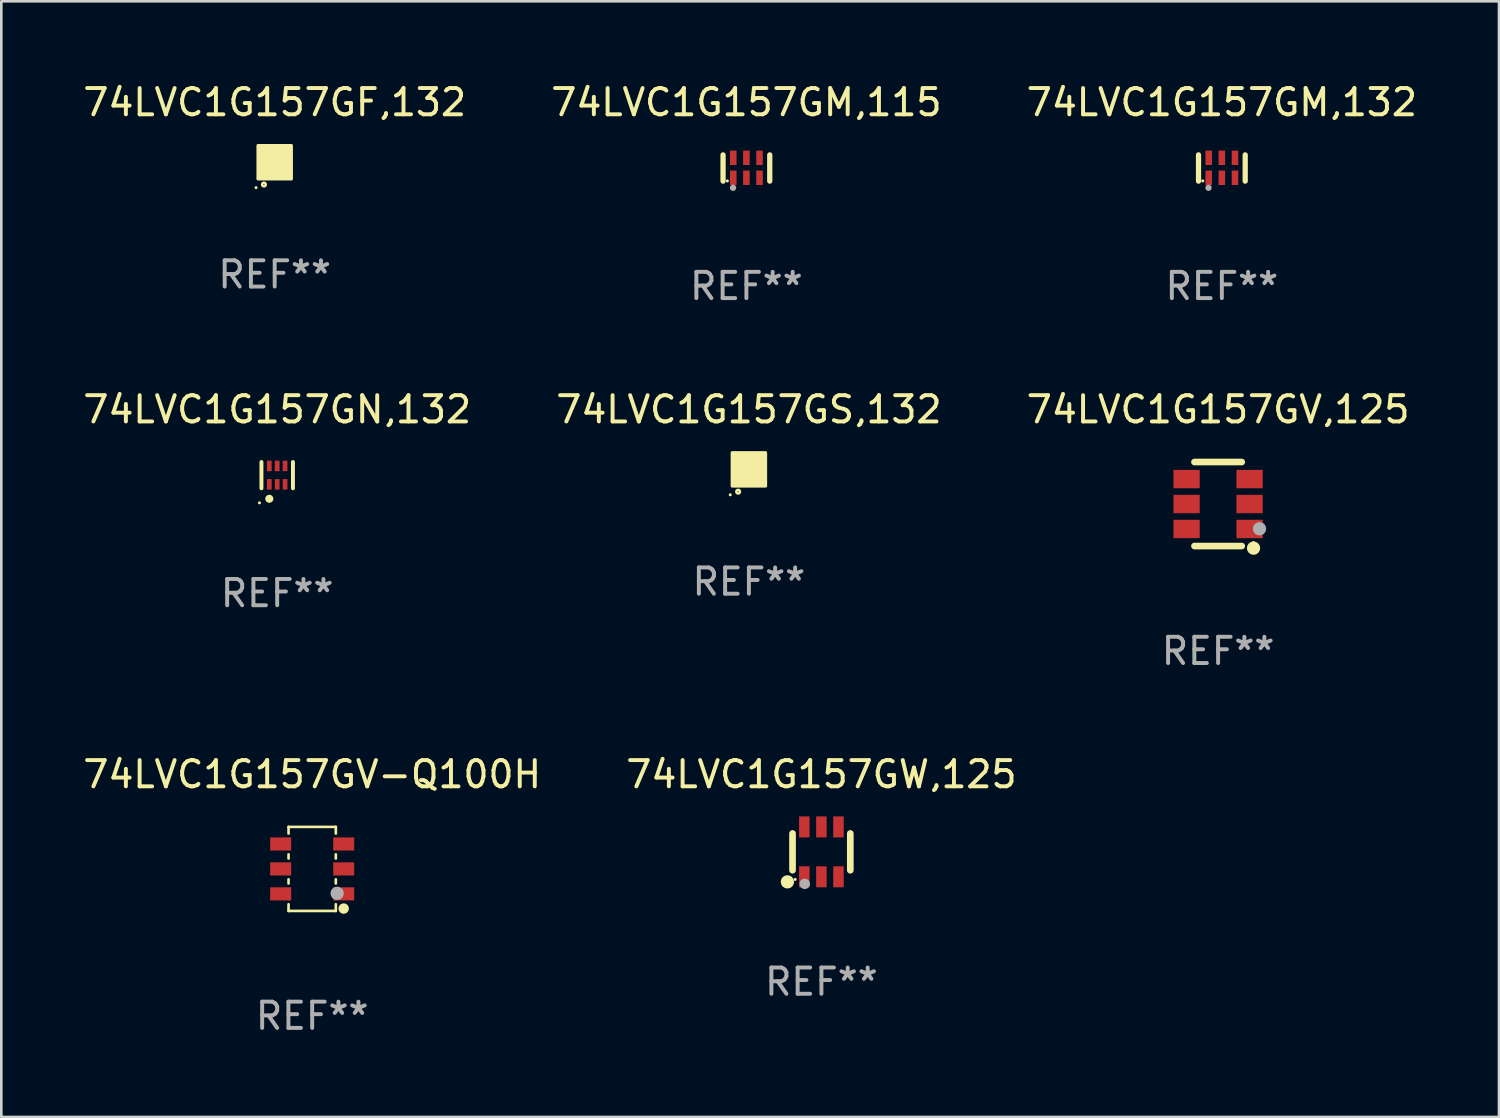
<source format=kicad_pcb>
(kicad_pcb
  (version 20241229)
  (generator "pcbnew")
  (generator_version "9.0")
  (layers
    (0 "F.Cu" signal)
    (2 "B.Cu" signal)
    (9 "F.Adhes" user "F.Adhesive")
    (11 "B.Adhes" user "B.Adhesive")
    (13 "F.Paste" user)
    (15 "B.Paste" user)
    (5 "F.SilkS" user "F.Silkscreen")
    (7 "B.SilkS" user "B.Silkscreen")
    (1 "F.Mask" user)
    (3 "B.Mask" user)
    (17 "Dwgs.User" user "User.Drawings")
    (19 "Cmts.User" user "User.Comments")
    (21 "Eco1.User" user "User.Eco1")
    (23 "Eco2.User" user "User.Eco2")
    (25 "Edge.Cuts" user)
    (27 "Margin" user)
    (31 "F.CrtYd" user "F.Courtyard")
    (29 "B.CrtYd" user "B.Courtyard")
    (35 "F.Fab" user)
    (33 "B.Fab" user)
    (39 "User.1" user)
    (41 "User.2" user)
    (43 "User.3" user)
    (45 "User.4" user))
  (footprint "74LVC1G157GS,132"
    (layer "F.Cu")
    (at 25.47 14.825)
    (property "Reference" "74LVC1G157GS,132" (at 0 -2.28 0) (layer "F.SilkS") (effects (font (size 1 1) (thickness 0.15))))
    (attr through_hole)
    (fp_circle (center -0.71 0.968) (end -0.68 0.968) (stroke (width 0.06) (type solid)) (fill no) (layer "F.SilkS"))
    (fp_circle (center -0.41 0.85) (end -0.342 0.85) (stroke (width 0.1) (type solid)) (fill no) (layer "F.SilkS"))
    (fp_poly (pts (xy -0.635 -0.635) (xy 0.635 -0.635) (xy 0.635 0.635) (xy -0.635 0.635)) (stroke (width 0.12) (type solid)) (fill yes) (layer "F.SilkS"))
    (fp_text user "REF**" (at 0 4.28 0) (layer "F.Fab") (effects (font (size 1 1) (thickness 0.15))))
    (pad "1" smd rect (at -0.35 0.28 90) (size 0.35 0.2) (layers "F.Cu" "F.Mask" "F.Paste"))
    (pad "2" smd rect (at 0 0.28 90) (size 0.35 0.2) (layers "F.Cu" "F.Mask" "F.Paste"))
    (pad "3" smd rect (at 0.35 0.28 90) (size 0.35 0.2) (layers "F.Cu" "F.Mask" "F.Paste"))
    (pad "4" smd rect (at 0.35 -0.28 90) (size 0.35 0.2) (layers "F.Cu" "F.Mask" "F.Paste"))
    (pad "5" smd rect (at 0 -0.28 90) (size 0.35 0.2) (layers "F.Cu" "F.Mask" "F.Paste"))
    (pad "6" smd rect (at -0.35 -0.28 90) (size 0.35 0.2) (layers "F.Cu" "F.Mask" "F.Paste")))
  (footprint "74LVC1G157GW,125"
    (layer "F.Cu")
    (at 28.232 29.391)
    (property "Reference" "74LVC1G157GW,125" (at 0 -2.95 0) (layer "F.SilkS") (effects (font (size 1 1) (thickness 0.15))))
    (attr through_hole)
    (fp_line (start -1.1 -0.7) (end -1.1 0.7) (stroke (width 0.254) (type solid)) (layer "F.SilkS"))
    (fp_line (start 1.1 -0.7) (end 1.1 0.7) (stroke (width 0.254) (type solid)) (layer "F.SilkS"))
    (fp_circle (center -1.295 1.143) (end -1.168 1.143) (stroke (width 0.254) (type solid)) (fill no) (layer "F.SilkS"))
    (fp_circle (center -1 1.05) (end -0.97 1.05) (stroke (width 0.06) (type solid)) (fill no) (layer "F.SilkS"))
    (fp_circle (center -0.635 1.219) (end -0.535 1.219) (stroke (width 0.2) (type solid)) (fill no) (layer "F.Fab"))
    (fp_text user "REF**" (at 0 4.95 0) (layer "F.Fab") (effects (font (size 1 1) (thickness 0.15))))
    (pad "1" smd rect (at -0.65 0.95) (size 0.4 0.8) (layers "F.Cu" "F.Mask" "F.Paste"))
    (pad "2" smd rect (at 0 0.95) (size 0.4 0.8) (layers "F.Cu" "F.Mask" "F.Paste"))
    (pad "3" smd rect (at 0.65 0.95) (size 0.4 0.8) (layers "F.Cu" "F.Mask" "F.Paste"))
    (pad "4" smd rect (at 0.65 -0.95) (size 0.4 0.8) (layers "F.Cu" "F.Mask" "F.Paste"))
    (pad "5" smd rect (at 0 -0.95) (size 0.4 0.8) (layers "F.Cu" "F.Mask" "F.Paste"))
    (pad "6" smd rect (at -0.65 -0.95) (size 0.4 0.8) (layers "F.Cu" "F.Mask" "F.Paste")))
  (footprint "74LVC1G157GV-Q100H"
    (layer "F.Cu")
    (at 8.839 30.041)
    (property "Reference" "74LVC1G157GV-Q100H" (at 0 -3.6 0) (layer "F.SilkS") (effects (font (size 1 1) (thickness 0.15))))
    (attr through_hole)
    (fp_line (start -0.9 -1.6) (end 0.9 -1.6) (stroke (width 0.101) (type solid)) (layer "F.SilkS"))
    (fp_line (start -0.9 -1.346) (end -0.9 -1.6) (stroke (width 0.101) (type solid)) (layer "F.SilkS"))
    (fp_line (start -0.9 -0.396) (end -0.9 -0.554) (stroke (width 0.101) (type solid)) (layer "F.SilkS"))
    (fp_line (start -0.9 0.554) (end -0.9 0.396) (stroke (width 0.101) (type solid)) (layer "F.SilkS"))
    (fp_line (start -0.9 1.6) (end -0.9 1.346) (stroke (width 0.101) (type solid)) (layer "F.SilkS"))
    (fp_line (start -0.9 1.6) (end 0.9 1.6) (stroke (width 0.101) (type solid)) (layer "F.SilkS"))
    (fp_line (start 0.9 -1.346) (end 0.9 -1.6) (stroke (width 0.101) (type solid)) (layer "F.SilkS"))
    (fp_line (start 0.9 -0.396) (end 0.9 -0.554) (stroke (width 0.101) (type solid)) (layer "F.SilkS"))
    (fp_line (start 0.9 0.554) (end 0.9 0.396) (stroke (width 0.101) (type solid)) (layer "F.SilkS"))
    (fp_line (start 0.9 1.6) (end 0.9 1.346) (stroke (width 0.101) (type solid)) (layer "F.SilkS"))
    (fp_circle (center 1.2 1.51) (end 1.3 1.51) (stroke (width 0.2) (type solid)) (fill no) (layer "F.SilkS"))
    (fp_circle (center 1.25 1.45) (end 1.28 1.45) (stroke (width 0.06) (type solid)) (fill no) (layer "F.SilkS"))
    (fp_circle (center 0.95 0.93) (end 1.077 0.93) (stroke (width 0.254) (type solid)) (fill no) (layer "F.Fab"))
    (fp_text user "REF**" (at 0 5.6 0) (layer "F.Fab") (effects (font (size 1 1) (thickness 0.15))))
    (pad "1" smd rect (at 1.2 0.95 90) (size 0.5 0.8) (layers "F.Cu" "F.Mask" "F.Paste"))
    (pad "2" smd rect (at 1.2 0 90) (size 0.5 0.8) (layers "F.Cu" "F.Mask" "F.Paste"))
    (pad "3" smd rect (at 1.2 -0.95 90) (size 0.5 0.8) (layers "F.Cu" "F.Mask" "F.Paste"))
    (pad "4" smd rect (at -1.2 -0.95 90) (size 0.5 0.8) (layers "F.Cu" "F.Mask" "F.Paste"))
    (pad "5" smd rect (at -1.2 0 90) (size 0.5 0.8) (layers "F.Cu" "F.Mask" "F.Paste"))
    (pad "6" smd rect (at -1.2 0.95 90) (size 0.5 0.8) (layers "F.Cu" "F.Mask" "F.Paste")))
  (footprint "74LVC1G157GF,132"
    (layer "F.Cu")
    (at 7.411 3.128)
    (property "Reference" "74LVC1G157GF,132" (at 0 -2.28 0) (layer "F.SilkS") (effects (font (size 1 1) (thickness 0.15))))
    (attr through_hole)
    (fp_circle (center -0.71 0.968) (end -0.68 0.968) (stroke (width 0.06) (type solid)) (fill no) (layer "F.SilkS"))
    (fp_circle (center -0.41 0.85) (end -0.342 0.85) (stroke (width 0.1) (type solid)) (fill no) (layer "F.SilkS"))
    (fp_poly (pts (xy -0.635 -0.635) (xy 0.635 -0.635) (xy 0.635 0.635) (xy -0.635 0.635)) (stroke (width 0.12) (type solid)) (fill yes) (layer "F.SilkS"))
    (fp_text user "REF**" (at 0 4.28 0) (layer "F.Fab") (effects (font (size 1 1) (thickness 0.15))))
    (pad "1" smd rect (at -0.35 0.28 90) (size 0.35 0.2) (layers "F.Cu" "F.Mask" "F.Paste"))
    (pad "2" smd rect (at 0 0.28 90) (size 0.35 0.2) (layers "F.Cu" "F.Mask" "F.Paste"))
    (pad "3" smd rect (at 0.35 0.28 90) (size 0.35 0.2) (layers "F.Cu" "F.Mask" "F.Paste"))
    (pad "4" smd rect (at 0.35 -0.28 90) (size 0.35 0.2) (layers "F.Cu" "F.Mask" "F.Paste"))
    (pad "5" smd rect (at 0 -0.28 90) (size 0.35 0.2) (layers "F.Cu" "F.Mask" "F.Paste"))
    (pad "6" smd rect (at -0.35 -0.28 90) (size 0.35 0.2) (layers "F.Cu" "F.Mask" "F.Paste")))
  (footprint "74LVC1G157GN,132"
    (layer "F.Cu")
    (at 7.506 15.045)
    (property "Reference" "74LVC1G157GN,132" (at 0 -2.5 0) (layer "F.SilkS") (effects (font (size 1 1) (thickness 0.15))))
    (attr through_hole)
    (fp_line (start -0.6 -0.5) (end -0.6 0.5) (stroke (width 0.15) (type solid)) (layer "F.SilkS"))
    (fp_line (start 0.6 0.5) (end 0.6 -0.5) (stroke (width 0.15) (type solid)) (layer "F.SilkS"))
    (fp_circle (center -0.675 1.055) (end -0.645 1.055) (stroke (width 0.06) (type solid)) (fill no) (layer "F.SilkS"))
    (fp_circle (center -0.3 0.9) (end -0.22 0.9) (stroke (width 0.15) (type solid)) (fill no) (layer "F.SilkS"))
    (fp_text user "REF**" (at 0 4.5 0) (layer "F.Fab") (effects (font (size 1 1) (thickness 0.15))))
    (pad "1" smd rect (at -0.3 0.35) (size 0.18 0.4) (layers "F.Cu" "F.Mask" "F.Paste"))
    (pad "2" smd rect (at 0.000025 0.35) (size 0.18 0.4) (layers "F.Cu" "F.Mask" "F.Paste"))
    (pad "3" smd rect (at 0.3 0.35) (size 0.18 0.4) (layers "F.Cu" "F.Mask" "F.Paste"))
    (pad "4" smd rect (at 0.3 -0.35) (size 0.18 0.4) (layers "F.Cu" "F.Mask" "F.Paste"))
    (pad "5" smd rect (at 0.000025 -0.35) (size 0.18 0.4) (layers "F.Cu" "F.Mask" "F.Paste"))
    (pad "6" smd rect (at -0.3 -0.35) (size 0.18 0.4) (layers "F.Cu" "F.Mask" "F.Paste")))
  (footprint "74LVC1G157GV,125"
    (layer "F.Cu")
    (at 43.339 16.145)
    (property "Reference" "74LVC1G157GV,125" (at 0 -3.6 0) (layer "F.SilkS") (effects (font (size 1 1) (thickness 0.15))))
    (attr through_hole)
    (fp_line (start -0.9 -1.6) (end 0.9 -1.6) (stroke (width 0.254) (type solid)) (layer "F.SilkS"))
    (fp_line (start -0.9 1.6) (end 0.9 1.6) (stroke (width 0.254) (type solid)) (layer "F.SilkS"))
    (fp_circle (center 1.345 1.47) (end 1.375 1.47) (stroke (width 0.06) (type solid)) (fill no) (layer "F.SilkS"))
    (fp_circle (center 1.35 1.68) (end 1.477 1.68) (stroke (width 0.254) (type solid)) (fill no) (layer "F.SilkS"))
    (fp_circle (center 1.577 0.942) (end 1.704 0.942) (stroke (width 0.254) (type solid)) (fill no) (layer "F.Fab"))
    (fp_text user "REF**" (at 0 5.6 0) (layer "F.Fab") (effects (font (size 1 1) (thickness 0.15))))
    (pad "1" smd rect (at 1.2 0.95) (size 1 0.7) (layers "F.Cu" "F.Mask" "F.Paste"))
    (pad "2" smd rect (at 1.2 0.000102) (size 1 0.7) (layers "F.Cu" "F.Mask" "F.Paste"))
    (pad "3" smd rect (at 1.2 -0.95) (size 1 0.7) (layers "F.Cu" "F.Mask" "F.Paste"))
    (pad "4" smd rect (at -1.2 -0.95) (size 1 0.7) (layers "F.Cu" "F.Mask" "F.Paste"))
    (pad "5" smd rect (at -1.2 0.000102) (size 1 0.7) (layers "F.Cu" "F.Mask" "F.Paste"))
    (pad "6" smd rect (at -1.2 0.95) (size 1 0.7) (layers "F.Cu" "F.Mask" "F.Paste")))
  (footprint "74LVC1G157GM,115"
    (layer "F.Cu")
    (at 25.375 3.348)
    (property "Reference" "74LVC1G157GM,115" (at 0 -2.5 0) (layer "F.SilkS") (effects (font (size 1 1) (thickness 0.15))))
    (attr through_hole)
    (fp_line (start -0.889 0.5) (end -0.889 -0.5) (stroke (width 0.2) (type solid)) (layer "F.SilkS"))
    (fp_line (start 0.889 0.5) (end 0.889 -0.5) (stroke (width 0.2) (type solid)) (layer "F.SilkS"))
    (fp_circle (center -0.725 0.492) (end -0.695 0.492) (stroke (width 0.06) (type solid)) (fill no) (layer "F.SilkS"))
    (fp_circle (center -0.508 0.754) (end -0.448 0.754) (stroke (width 0.12) (type solid)) (fill no) (layer "F.Fab"))
    (fp_text user "REF**" (at 0 4.5 0) (layer "F.Fab") (effects (font (size 1 1) (thickness 0.15))))
    (pad "1" smd rect (at -0.5 0.372) (size 0.25 0.55) (layers "F.Cu" "F.Mask" "F.Paste"))
    (pad "2" smd rect (at -0.000127 0.372) (size 0.25 0.55) (layers "F.Cu" "F.Mask" "F.Paste"))
    (pad "3" smd rect (at 0.5 0.372) (size 0.25 0.55) (layers "F.Cu" "F.Mask" "F.Paste"))
    (pad "4" smd rect (at 0.5 -0.388 180) (size 0.25 0.55) (layers "F.Cu" "F.Mask" "F.Paste"))
    (pad "5" smd rect (at -0.000127 -0.388 180) (size 0.25 0.55) (layers "F.Cu" "F.Mask" "F.Paste"))
    (pad "6" smd rect (at -0.5 -0.388 180) (size 0.25 0.55) (layers "F.Cu" "F.Mask" "F.Paste")))
  (footprint "74LVC1G157GM,132"
    (layer "F.Cu")
    (at 43.482 3.348)
    (property "Reference" "74LVC1G157GM,132" (at 0 -2.5 0) (layer "F.SilkS") (effects (font (size 1 1) (thickness 0.15))))
    (attr through_hole)
    (fp_line (start -0.889 0.5) (end -0.889 -0.5) (stroke (width 0.2) (type solid)) (layer "F.SilkS"))
    (fp_line (start 0.889 0.5) (end 0.889 -0.5) (stroke (width 0.2) (type solid)) (layer "F.SilkS"))
    (fp_circle (center -0.725 0.492) (end -0.695 0.492) (stroke (width 0.06) (type solid)) (fill no) (layer "F.SilkS"))
    (fp_circle (center -0.508 0.754) (end -0.448 0.754) (stroke (width 0.12) (type solid)) (fill no) (layer "F.Fab"))
    (fp_text user "REF**" (at 0 4.5 0) (layer "F.Fab") (effects (font (size 1 1) (thickness 0.15))))
    (pad "1" smd rect (at -0.5 0.372) (size 0.25 0.55) (layers "F.Cu" "F.Mask" "F.Paste"))
    (pad "2" smd rect (at -0.000127 0.372) (size 0.25 0.55) (layers "F.Cu" "F.Mask" "F.Paste"))
    (pad "3" smd rect (at 0.5 0.372) (size 0.25 0.55) (layers "F.Cu" "F.Mask" "F.Paste"))
    (pad "4" smd rect (at 0.5 -0.388 180) (size 0.25 0.55) (layers "F.Cu" "F.Mask" "F.Paste"))
    (pad "5" smd rect (at -0.000127 -0.388 180) (size 0.25 0.55) (layers "F.Cu" "F.Mask" "F.Paste"))
    (pad "6" smd rect (at -0.5 -0.388 180) (size 0.25 0.55) (layers "F.Cu" "F.Mask" "F.Paste")))
  (gr_rect
    (start -3 -3)
    (end 54.036 39.489)
    (stroke (width 0.1) (type default))
    (fill no)
    (layer "Edge.Cuts")))
</source>
